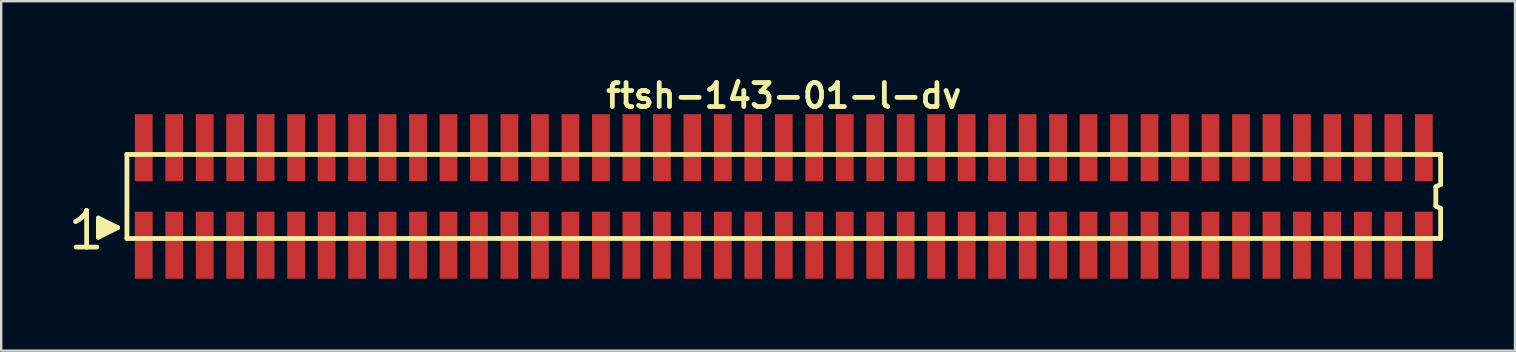
<source format=kicad_pcb>
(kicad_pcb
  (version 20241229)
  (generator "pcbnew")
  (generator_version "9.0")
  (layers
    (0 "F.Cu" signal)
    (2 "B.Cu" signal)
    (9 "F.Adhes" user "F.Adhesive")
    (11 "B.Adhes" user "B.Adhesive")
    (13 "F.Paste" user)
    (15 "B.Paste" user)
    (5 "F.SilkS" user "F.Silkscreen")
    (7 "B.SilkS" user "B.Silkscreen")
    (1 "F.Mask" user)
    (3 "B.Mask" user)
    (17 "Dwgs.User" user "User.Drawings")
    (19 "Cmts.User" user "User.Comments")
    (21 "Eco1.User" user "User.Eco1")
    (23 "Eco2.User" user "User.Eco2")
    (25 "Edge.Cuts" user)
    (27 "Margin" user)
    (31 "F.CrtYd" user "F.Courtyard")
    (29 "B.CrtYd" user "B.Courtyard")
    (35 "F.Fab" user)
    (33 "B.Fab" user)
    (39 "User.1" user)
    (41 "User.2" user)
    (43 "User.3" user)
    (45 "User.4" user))
  (footprint "ftsh-143-01-l-dv"
    (layer "F.Cu")
    (at 29.609 5.136)
    (property "Reference" "ftsh-143-01-l-dv" (at 0 -4.2 0) (layer "F.SilkS") (effects (font (size 1 1) (thickness 0.2))))
    (attr through_hole)
    (fp_line (start -29.51 1.05) (end -29.38 0.97) (stroke (width 0.198) (type solid)) (layer "F.SilkS"))
    (fp_line (start -29.38 0.97) (end -29.22 0.84) (stroke (width 0.198) (type solid)) (layer "F.SilkS"))
    (fp_line (start -29.22 0.84) (end -29.08 0.67) (stroke (width 0.198) (type solid)) (layer "F.SilkS"))
    (fp_line (start -29.08 0.67) (end -29.05 0.58) (stroke (width 0.198) (type solid)) (layer "F.SilkS"))
    (fp_line (start -29.05 0.58) (end -29.05 2.11) (stroke (width 0.198) (type solid)) (layer "F.SilkS"))
    (fp_line (start -29.05 2.11) (end -29.49 2.11) (stroke (width 0.198) (type solid)) (layer "F.SilkS"))
    (fp_line (start -28.62 2.11) (end -29.06 2.11) (stroke (width 0.198) (type solid)) (layer "F.SilkS"))
    (fp_line (start -28.56 0.9) (end -27.76 1.3) (stroke (width 0.198) (type solid)) (layer "F.SilkS"))
    (fp_line (start -28.56 1.7) (end -28.56 0.9) (stroke (width 0.198) (type solid)) (layer "F.SilkS"))
    (fp_line (start -28.46 1.6) (end -28.46 1) (stroke (width 0.198) (type solid)) (layer "F.SilkS"))
    (fp_line (start -28.36 1.1) (end -28.36 1.5) (stroke (width 0.198) (type solid)) (layer "F.SilkS"))
    (fp_line (start -28.26 1.5) (end -28.26 1.1) (stroke (width 0.198) (type solid)) (layer "F.SilkS"))
    (fp_line (start -28.16 1.2) (end -28.16 1.4) (stroke (width 0.198) (type solid)) (layer "F.SilkS"))
    (fp_line (start -28.06 1.4) (end -28.06 1.2) (stroke (width 0.198) (type solid)) (layer "F.SilkS"))
    (fp_line (start -27.76 1.3) (end -28.56 1.7) (stroke (width 0.198) (type solid)) (layer "F.SilkS"))
    (fp_line (start -27.37 -1.75) (end -27.37 1.75) (stroke (width 0.2) (type solid)) (layer "F.SilkS"))
    (fp_line (start -27.37 -1.75) (end 27.37 -1.75) (stroke (width 0.2) (type solid)) (layer "F.SilkS"))
    (fp_line (start -27.37 1.75) (end 27.37 1.75) (stroke (width 0.2) (type solid)) (layer "F.SilkS"))
    (fp_line (start 27.17 -0.4) (end 27.17 0.4) (stroke (width 0.2) (type solid)) (layer "F.SilkS"))
    (fp_line (start 27.17 0.4) (end 27.37 0.5) (stroke (width 0.2) (type solid)) (layer "F.SilkS"))
    (fp_line (start 27.37 -0.5) (end 27.17 -0.4) (stroke (width 0.2) (type solid)) (layer "F.SilkS"))
    (fp_line (start 27.37 -0.5) (end 27.37 -1.75) (stroke (width 0.2) (type solid)) (layer "F.SilkS"))
    (fp_line (start 27.37 0.5) (end 27.37 1.75) (stroke (width 0.2) (type solid)) (layer "F.SilkS"))
    (pad "1" smd rect (at -26.67 2.032) (size 0.74 2.79) (layers "F.Cu" "F.Mask" "F.Paste"))
    (pad "2" smd rect (at -26.67 -2.032) (size 0.74 2.79) (layers "F.Cu" "F.Mask" "F.Paste"))
    (pad "3" smd rect (at -25.4 2.032) (size 0.74 2.79) (layers "F.Cu" "F.Mask" "F.Paste"))
    (pad "4" smd rect (at -25.4 -2.032) (size 0.74 2.79) (layers "F.Cu" "F.Mask" "F.Paste"))
    (pad "5" smd rect (at -24.13 2.032) (size 0.74 2.79) (layers "F.Cu" "F.Mask" "F.Paste"))
    (pad "6" smd rect (at -24.13 -2.032) (size 0.74 2.79) (layers "F.Cu" "F.Mask" "F.Paste"))
    (pad "7" smd rect (at -22.86 2.032) (size 0.74 2.79) (layers "F.Cu" "F.Mask" "F.Paste"))
    (pad "8" smd rect (at -22.86 -2.032) (size 0.74 2.79) (layers "F.Cu" "F.Mask" "F.Paste"))
    (pad "9" smd rect (at -21.59 2.032) (size 0.74 2.79) (layers "F.Cu" "F.Mask" "F.Paste"))
    (pad "10" smd rect (at -21.59 -2.032) (size 0.74 2.79) (layers "F.Cu" "F.Mask" "F.Paste"))
    (pad "11" smd rect (at -20.32 2.032) (size 0.74 2.79) (layers "F.Cu" "F.Mask" "F.Paste"))
    (pad "12" smd rect (at -20.32 -2.032) (size 0.74 2.79) (layers "F.Cu" "F.Mask" "F.Paste"))
    (pad "13" smd rect (at -19.05 2.032) (size 0.74 2.79) (layers "F.Cu" "F.Mask" "F.Paste"))
    (pad "14" smd rect (at -19.05 -2.032) (size 0.74 2.79) (layers "F.Cu" "F.Mask" "F.Paste"))
    (pad "15" smd rect (at -17.78 2.032) (size 0.74 2.79) (layers "F.Cu" "F.Mask" "F.Paste"))
    (pad "16" smd rect (at -17.78 -2.032) (size 0.74 2.79) (layers "F.Cu" "F.Mask" "F.Paste"))
    (pad "17" smd rect (at -16.51 2.032) (size 0.74 2.79) (layers "F.Cu" "F.Mask" "F.Paste"))
    (pad "18" smd rect (at -16.51 -2.032) (size 0.74 2.79) (layers "F.Cu" "F.Mask" "F.Paste"))
    (pad "19" smd rect (at -15.24 2.032) (size 0.74 2.79) (layers "F.Cu" "F.Mask" "F.Paste"))
    (pad "20" smd rect (at -15.24 -2.032) (size 0.74 2.79) (layers "F.Cu" "F.Mask" "F.Paste"))
    (pad "21" smd rect (at -13.97 2.032) (size 0.74 2.79) (layers "F.Cu" "F.Mask" "F.Paste"))
    (pad "22" smd rect (at -13.97 -2.032) (size 0.74 2.79) (layers "F.Cu" "F.Mask" "F.Paste"))
    (pad "23" smd rect (at -12.7 2.032) (size 0.74 2.79) (layers "F.Cu" "F.Mask" "F.Paste"))
    (pad "24" smd rect (at -12.7 -2.032) (size 0.74 2.79) (layers "F.Cu" "F.Mask" "F.Paste"))
    (pad "25" smd rect (at -11.43 2.032) (size 0.74 2.79) (layers "F.Cu" "F.Mask" "F.Paste"))
    (pad "26" smd rect (at -11.43 -2.032) (size 0.74 2.79) (layers "F.Cu" "F.Mask" "F.Paste"))
    (pad "27" smd rect (at -10.16 2.032) (size 0.74 2.79) (layers "F.Cu" "F.Mask" "F.Paste"))
    (pad "28" smd rect (at -10.16 -2.032) (size 0.74 2.79) (layers "F.Cu" "F.Mask" "F.Paste"))
    (pad "29" smd rect (at -8.89 2.032) (size 0.74 2.79) (layers "F.Cu" "F.Mask" "F.Paste"))
    (pad "30" smd rect (at -8.89 -2.032) (size 0.74 2.79) (layers "F.Cu" "F.Mask" "F.Paste"))
    (pad "31" smd rect (at -7.62 2.032) (size 0.74 2.79) (layers "F.Cu" "F.Mask" "F.Paste"))
    (pad "32" smd rect (at -7.62 -2.032) (size 0.74 2.79) (layers "F.Cu" "F.Mask" "F.Paste"))
    (pad "33" smd rect (at -6.35 2.032) (size 0.74 2.79) (layers "F.Cu" "F.Mask" "F.Paste"))
    (pad "34" smd rect (at -6.35 -2.032) (size 0.74 2.79) (layers "F.Cu" "F.Mask" "F.Paste"))
    (pad "35" smd rect (at -5.08 2.032) (size 0.74 2.79) (layers "F.Cu" "F.Mask" "F.Paste"))
    (pad "36" smd rect (at -5.08 -2.032) (size 0.74 2.79) (layers "F.Cu" "F.Mask" "F.Paste"))
    (pad "37" smd rect (at -3.81 2.032) (size 0.74 2.79) (layers "F.Cu" "F.Mask" "F.Paste"))
    (pad "38" smd rect (at -3.81 -2.032) (size 0.74 2.79) (layers "F.Cu" "F.Mask" "F.Paste"))
    (pad "39" smd rect (at -2.54 2.032) (size 0.74 2.79) (layers "F.Cu" "F.Mask" "F.Paste"))
    (pad "40" smd rect (at -2.54 -2.032) (size 0.74 2.79) (layers "F.Cu" "F.Mask" "F.Paste"))
    (pad "41" smd rect (at -1.27 2.032) (size 0.74 2.79) (layers "F.Cu" "F.Mask" "F.Paste"))
    (pad "42" smd rect (at -1.27 -2.032) (size 0.74 2.79) (layers "F.Cu" "F.Mask" "F.Paste"))
    (pad "43" smd rect (at 0 2.032) (size 0.74 2.79) (layers "F.Cu" "F.Mask" "F.Paste"))
    (pad "44" smd rect (at 0 -2.032) (size 0.74 2.79) (layers "F.Cu" "F.Mask" "F.Paste"))
    (pad "45" smd rect (at 1.27 2.032) (size 0.74 2.79) (layers "F.Cu" "F.Mask" "F.Paste"))
    (pad "46" smd rect (at 1.27 -2.032) (size 0.74 2.79) (layers "F.Cu" "F.Mask" "F.Paste"))
    (pad "47" smd rect (at 2.54 2.032) (size 0.74 2.79) (layers "F.Cu" "F.Mask" "F.Paste"))
    (pad "48" smd rect (at 2.54 -2.032) (size 0.74 2.79) (layers "F.Cu" "F.Mask" "F.Paste"))
    (pad "49" smd rect (at 3.81 2.032) (size 0.74 2.79) (layers "F.Cu" "F.Mask" "F.Paste"))
    (pad "50" smd rect (at 3.81 -2.032) (size 0.74 2.79) (layers "F.Cu" "F.Mask" "F.Paste"))
    (pad "51" smd rect (at 5.08 2.032) (size 0.74 2.79) (layers "F.Cu" "F.Mask" "F.Paste"))
    (pad "52" smd rect (at 5.08 -2.032) (size 0.74 2.79) (layers "F.Cu" "F.Mask" "F.Paste"))
    (pad "53" smd rect (at 6.35 2.032) (size 0.74 2.79) (layers "F.Cu" "F.Mask" "F.Paste"))
    (pad "54" smd rect (at 6.35 -2.032) (size 0.74 2.79) (layers "F.Cu" "F.Mask" "F.Paste"))
    (pad "55" smd rect (at 7.62 2.032) (size 0.74 2.79) (layers "F.Cu" "F.Mask" "F.Paste"))
    (pad "56" smd rect (at 7.62 -2.032) (size 0.74 2.79) (layers "F.Cu" "F.Mask" "F.Paste"))
    (pad "57" smd rect (at 8.89 2.032) (size 0.74 2.79) (layers "F.Cu" "F.Mask" "F.Paste"))
    (pad "58" smd rect (at 8.89 -2.032) (size 0.74 2.79) (layers "F.Cu" "F.Mask" "F.Paste"))
    (pad "59" smd rect (at 10.16 2.032) (size 0.74 2.79) (layers "F.Cu" "F.Mask" "F.Paste"))
    (pad "60" smd rect (at 10.16 -2.032) (size 0.74 2.79) (layers "F.Cu" "F.Mask" "F.Paste"))
    (pad "61" smd rect (at 11.43 2.032) (size 0.74 2.79) (layers "F.Cu" "F.Mask" "F.Paste"))
    (pad "62" smd rect (at 11.43 -2.032) (size 0.74 2.79) (layers "F.Cu" "F.Mask" "F.Paste"))
    (pad "63" smd rect (at 12.7 2.032) (size 0.74 2.79) (layers "F.Cu" "F.Mask" "F.Paste"))
    (pad "64" smd rect (at 12.7 -2.032) (size 0.74 2.79) (layers "F.Cu" "F.Mask" "F.Paste"))
    (pad "65" smd rect (at 13.97 2.032) (size 0.74 2.79) (layers "F.Cu" "F.Mask" "F.Paste"))
    (pad "66" smd rect (at 13.97 -2.032) (size 0.74 2.79) (layers "F.Cu" "F.Mask" "F.Paste"))
    (pad "67" smd rect (at 15.24 2.032) (size 0.74 2.79) (layers "F.Cu" "F.Mask" "F.Paste"))
    (pad "68" smd rect (at 15.24 -2.032) (size 0.74 2.79) (layers "F.Cu" "F.Mask" "F.Paste"))
    (pad "69" smd rect (at 16.51 2.032) (size 0.74 2.79) (layers "F.Cu" "F.Mask" "F.Paste"))
    (pad "70" smd rect (at 16.51 -2.032) (size 0.74 2.79) (layers "F.Cu" "F.Mask" "F.Paste"))
    (pad "71" smd rect (at 17.78 2.032) (size 0.74 2.79) (layers "F.Cu" "F.Mask" "F.Paste"))
    (pad "72" smd rect (at 17.78 -2.032) (size 0.74 2.79) (layers "F.Cu" "F.Mask" "F.Paste"))
    (pad "73" smd rect (at 19.05 2.032) (size 0.74 2.79) (layers "F.Cu" "F.Mask" "F.Paste"))
    (pad "74" smd rect (at 19.05 -2.032) (size 0.74 2.79) (layers "F.Cu" "F.Mask" "F.Paste"))
    (pad "75" smd rect (at 20.32 2.032) (size 0.74 2.79) (layers "F.Cu" "F.Mask" "F.Paste"))
    (pad "76" smd rect (at 20.32 -2.032) (size 0.74 2.79) (layers "F.Cu" "F.Mask" "F.Paste"))
    (pad "77" smd rect (at 21.59 2.032) (size 0.74 2.79) (layers "F.Cu" "F.Mask" "F.Paste"))
    (pad "78" smd rect (at 21.59 -2.032) (size 0.74 2.79) (layers "F.Cu" "F.Mask" "F.Paste"))
    (pad "79" smd rect (at 22.86 2.032) (size 0.74 2.79) (layers "F.Cu" "F.Mask" "F.Paste"))
    (pad "80" smd rect (at 22.86 -2.032) (size 0.74 2.79) (layers "F.Cu" "F.Mask" "F.Paste"))
    (pad "81" smd rect (at 24.13 2.032) (size 0.74 2.79) (layers "F.Cu" "F.Mask" "F.Paste"))
    (pad "82" smd rect (at 24.13 -2.032) (size 0.74 2.79) (layers "F.Cu" "F.Mask" "F.Paste"))
    (pad "83" smd rect (at 25.4 2.032) (size 0.74 2.79) (layers "F.Cu" "F.Mask" "F.Paste"))
    (pad "84" smd rect (at 25.4 -2.032) (size 0.74 2.79) (layers "F.Cu" "F.Mask" "F.Paste"))
    (pad "85" smd rect (at 26.67 2.032) (size 0.74 2.79) (layers "F.Cu" "F.Mask" "F.Paste"))
    (pad "86" smd rect (at 26.67 -2.032) (size 0.74 2.79) (layers "F.Cu" "F.Mask" "F.Paste")))
  (gr_rect
    (start -3 -3)
    (end 60.079 11.563)
    (stroke (width 0.1) (type default))
    (fill no)
    (layer "Edge.Cuts")))
</source>
